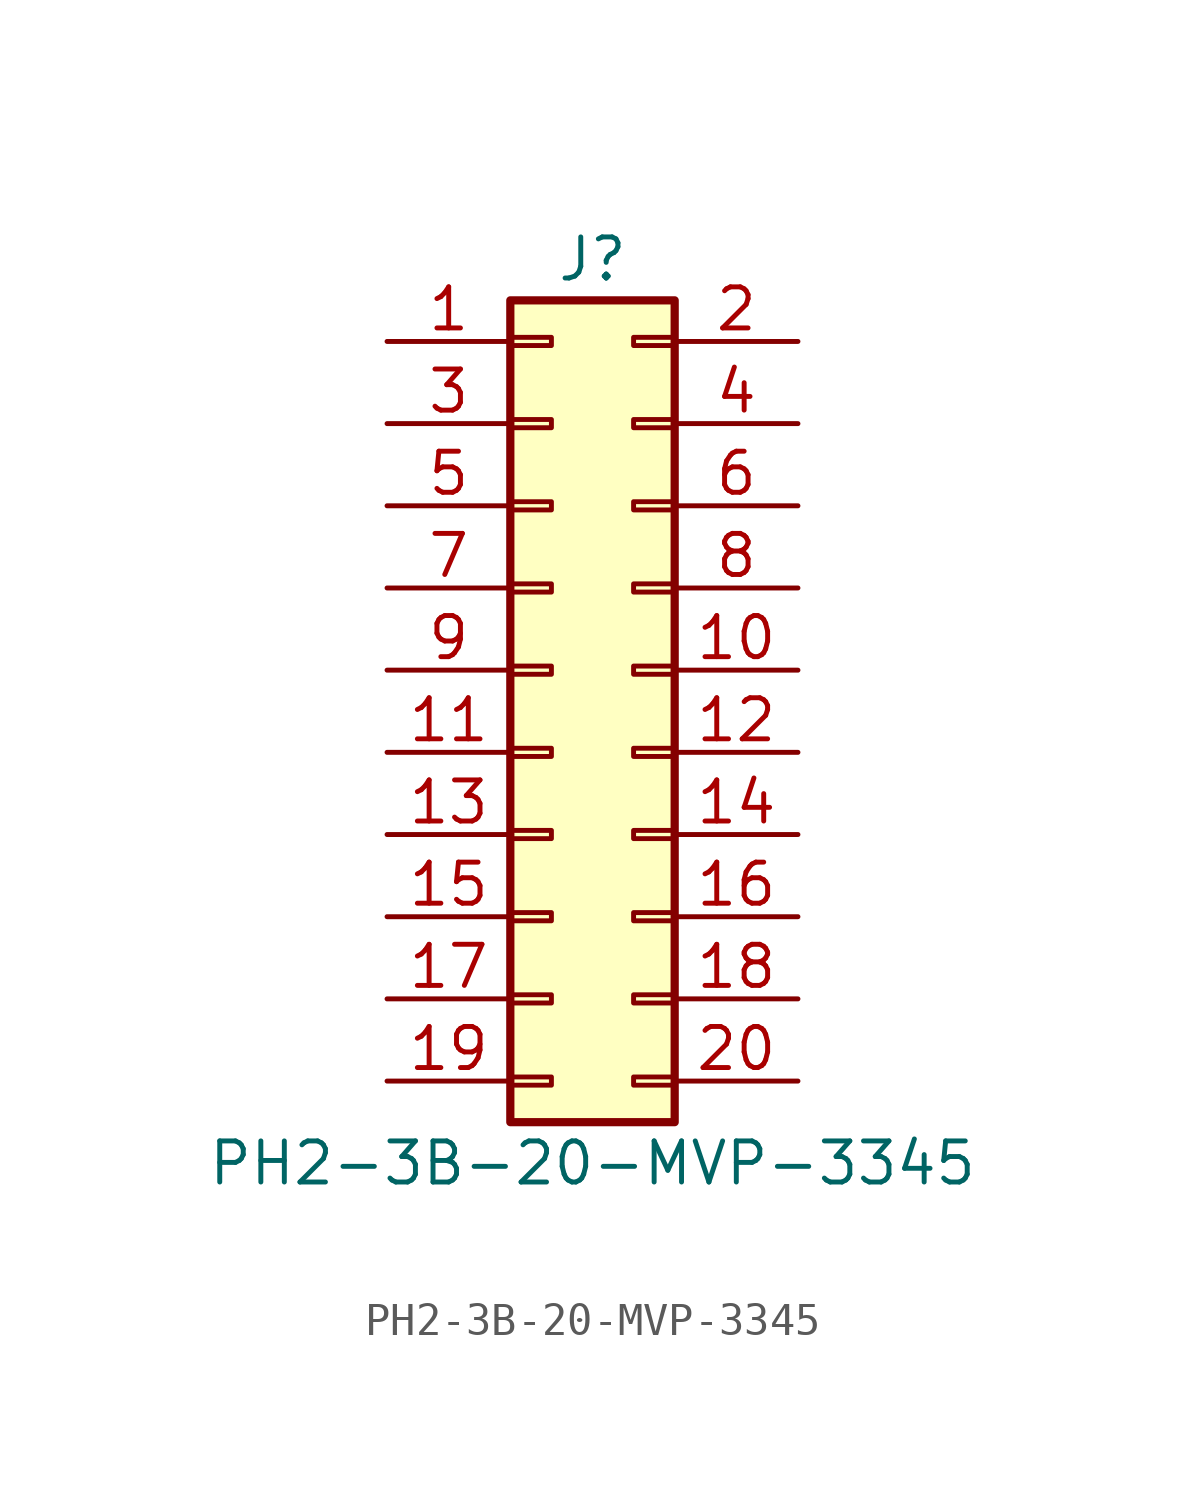
<source format=kicad_sym>
(kicad_symbol_lib
  (version 20241209)
  (generator "kicad_symbol_editor")
  (generator_version "9.0")
  (symbol "PH2-3B-20-MVP-3345"
    (pin_names
      (offset 1.016)
      (hide yes))
    (property "Reference" "J"
      (at 1.27 12.7 0)
      (effects (font (size 1.27 1.27))))
    (property "Value" "PH2-3B-20-MVP-3345"
      (at 1.27 -15.24 0)
      (effects (font (size 1.27 1.27))))
    (symbol "PH2-3B-20-MVP-3345_1_1"
      (rectangle (start -1.27 11.43) (end 3.81 -13.97) (stroke (width 0.254) (type default)) (fill (type background)))
      (rectangle (start -1.27 10.287) (end 0 10.033) (stroke (width 0.152) (type default)) (fill (type none)))
      (rectangle (start -1.27 7.747) (end 0 7.493) (stroke (width 0.152) (type default)) (fill (type none)))
      (rectangle (start -1.27 5.207) (end 0 4.953) (stroke (width 0.152) (type default)) (fill (type none)))
      (rectangle (start -1.27 2.667) (end 0 2.413) (stroke (width 0.152) (type default)) (fill (type none)))
      (rectangle (start -1.27 0.127) (end 0 -0.127) (stroke (width 0.152) (type default)) (fill (type none)))
      (rectangle (start -1.27 -2.413) (end 0 -2.667) (stroke (width 0.152) (type default)) (fill (type none)))
      (rectangle (start -1.27 -4.953) (end 0 -5.207) (stroke (width 0.152) (type default)) (fill (type none)))
      (rectangle (start -1.27 -7.493) (end 0 -7.747) (stroke (width 0.152) (type default)) (fill (type none)))
      (rectangle (start -1.27 -10.033) (end 0 -10.287) (stroke (width 0.152) (type default)) (fill (type none)))
      (rectangle (start -1.27 -12.573) (end 0 -12.827) (stroke (width 0.152) (type default)) (fill (type none)))
      (rectangle (start 3.81 10.287) (end 2.54 10.033) (stroke (width 0.152) (type default)) (fill (type none)))
      (rectangle (start 3.81 7.747) (end 2.54 7.493) (stroke (width 0.152) (type default)) (fill (type none)))
      (rectangle (start 3.81 5.207) (end 2.54 4.953) (stroke (width 0.152) (type default)) (fill (type none)))
      (rectangle (start 3.81 2.667) (end 2.54 2.413) (stroke (width 0.152) (type default)) (fill (type none)))
      (rectangle (start 3.81 0.127) (end 2.54 -0.127) (stroke (width 0.152) (type default)) (fill (type none)))
      (rectangle (start 3.81 -2.413) (end 2.54 -2.667) (stroke (width 0.152) (type default)) (fill (type none)))
      (rectangle (start 3.81 -4.953) (end 2.54 -5.207) (stroke (width 0.152) (type default)) (fill (type none)))
      (rectangle (start 3.81 -7.493) (end 2.54 -7.747) (stroke (width 0.152) (type default)) (fill (type none)))
      (rectangle (start 3.81 -10.033) (end 2.54 -10.287) (stroke (width 0.152) (type default)) (fill (type none)))
      (rectangle (start 3.81 -12.573) (end 2.54 -12.827) (stroke (width 0.152) (type default)) (fill (type none)))
      (pin passive line (at -5.08 10.16 0) (length 3.81) (name "Pin_1" (effects (font (size 1.27 1.27)))) (number "1" (effects (font (size 1.27 1.27)))))
      (pin passive line (at -5.08 7.62 0) (length 3.81) (name "Pin_3" (effects (font (size 1.27 1.27)))) (number "3" (effects (font (size 1.27 1.27)))))
      (pin passive line (at -5.08 5.08 0) (length 3.81) (name "Pin_5" (effects (font (size 1.27 1.27)))) (number "5" (effects (font (size 1.27 1.27)))))
      (pin passive line (at -5.08 2.54 0) (length 3.81) (name "Pin_7" (effects (font (size 1.27 1.27)))) (number "7" (effects (font (size 1.27 1.27)))))
      (pin passive line (at -5.08 0 0) (length 3.81) (name "Pin_9" (effects (font (size 1.27 1.27)))) (number "9" (effects (font (size 1.27 1.27)))))
      (pin passive line (at -5.08 -2.54 0) (length 3.81) (name "Pin_11" (effects (font (size 1.27 1.27)))) (number "11" (effects (font (size 1.27 1.27)))))
      (pin passive line (at -5.08 -5.08 0) (length 3.81) (name "Pin_13" (effects (font (size 1.27 1.27)))) (number "13" (effects (font (size 1.27 1.27)))))
      (pin passive line (at -5.08 -7.62 0) (length 3.81) (name "Pin_15" (effects (font (size 1.27 1.27)))) (number "15" (effects (font (size 1.27 1.27)))))
      (pin passive line (at -5.08 -10.16 0) (length 3.81) (name "Pin_17" (effects (font (size 1.27 1.27)))) (number "17" (effects (font (size 1.27 1.27)))))
      (pin passive line (at -5.08 -12.7 0) (length 3.81) (name "Pin_19" (effects (font (size 1.27 1.27)))) (number "19" (effects (font (size 1.27 1.27)))))
      (pin passive line (at 7.62 10.16 180) (length 3.81) (name "Pin_2" (effects (font (size 1.27 1.27)))) (number "2" (effects (font (size 1.27 1.27)))))
      (pin passive line (at 7.62 7.62 180) (length 3.81) (name "Pin_4" (effects (font (size 1.27 1.27)))) (number "4" (effects (font (size 1.27 1.27)))))
      (pin passive line (at 7.62 5.08 180) (length 3.81) (name "Pin_6" (effects (font (size 1.27 1.27)))) (number "6" (effects (font (size 1.27 1.27)))))
      (pin passive line (at 7.62 2.54 180) (length 3.81) (name "Pin_8" (effects (font (size 1.27 1.27)))) (number "8" (effects (font (size 1.27 1.27)))))
      (pin passive line (at 7.62 0 180) (length 3.81) (name "Pin_10" (effects (font (size 1.27 1.27)))) (number "10" (effects (font (size 1.27 1.27)))))
      (pin passive line (at 7.62 -2.54 180) (length 3.81) (name "Pin_12" (effects (font (size 1.27 1.27)))) (number "12" (effects (font (size 1.27 1.27)))))
      (pin passive line (at 7.62 -5.08 180) (length 3.81) (name "Pin_14" (effects (font (size 1.27 1.27)))) (number "14" (effects (font (size 1.27 1.27)))))
      (pin passive line (at 7.62 -7.62 180) (length 3.81) (name "Pin_16" (effects (font (size 1.27 1.27)))) (number "16" (effects (font (size 1.27 1.27)))))
      (pin passive line (at 7.62 -10.16 180) (length 3.81) (name "Pin_18" (effects (font (size 1.27 1.27)))) (number "18" (effects (font (size 1.27 1.27)))))
      (pin passive line (at 7.62 -12.7 180) (length 3.81) (name "Pin_20" (effects (font (size 1.27 1.27)))) (number "20" (effects (font (size 1.27 1.27))))))))
</source>
